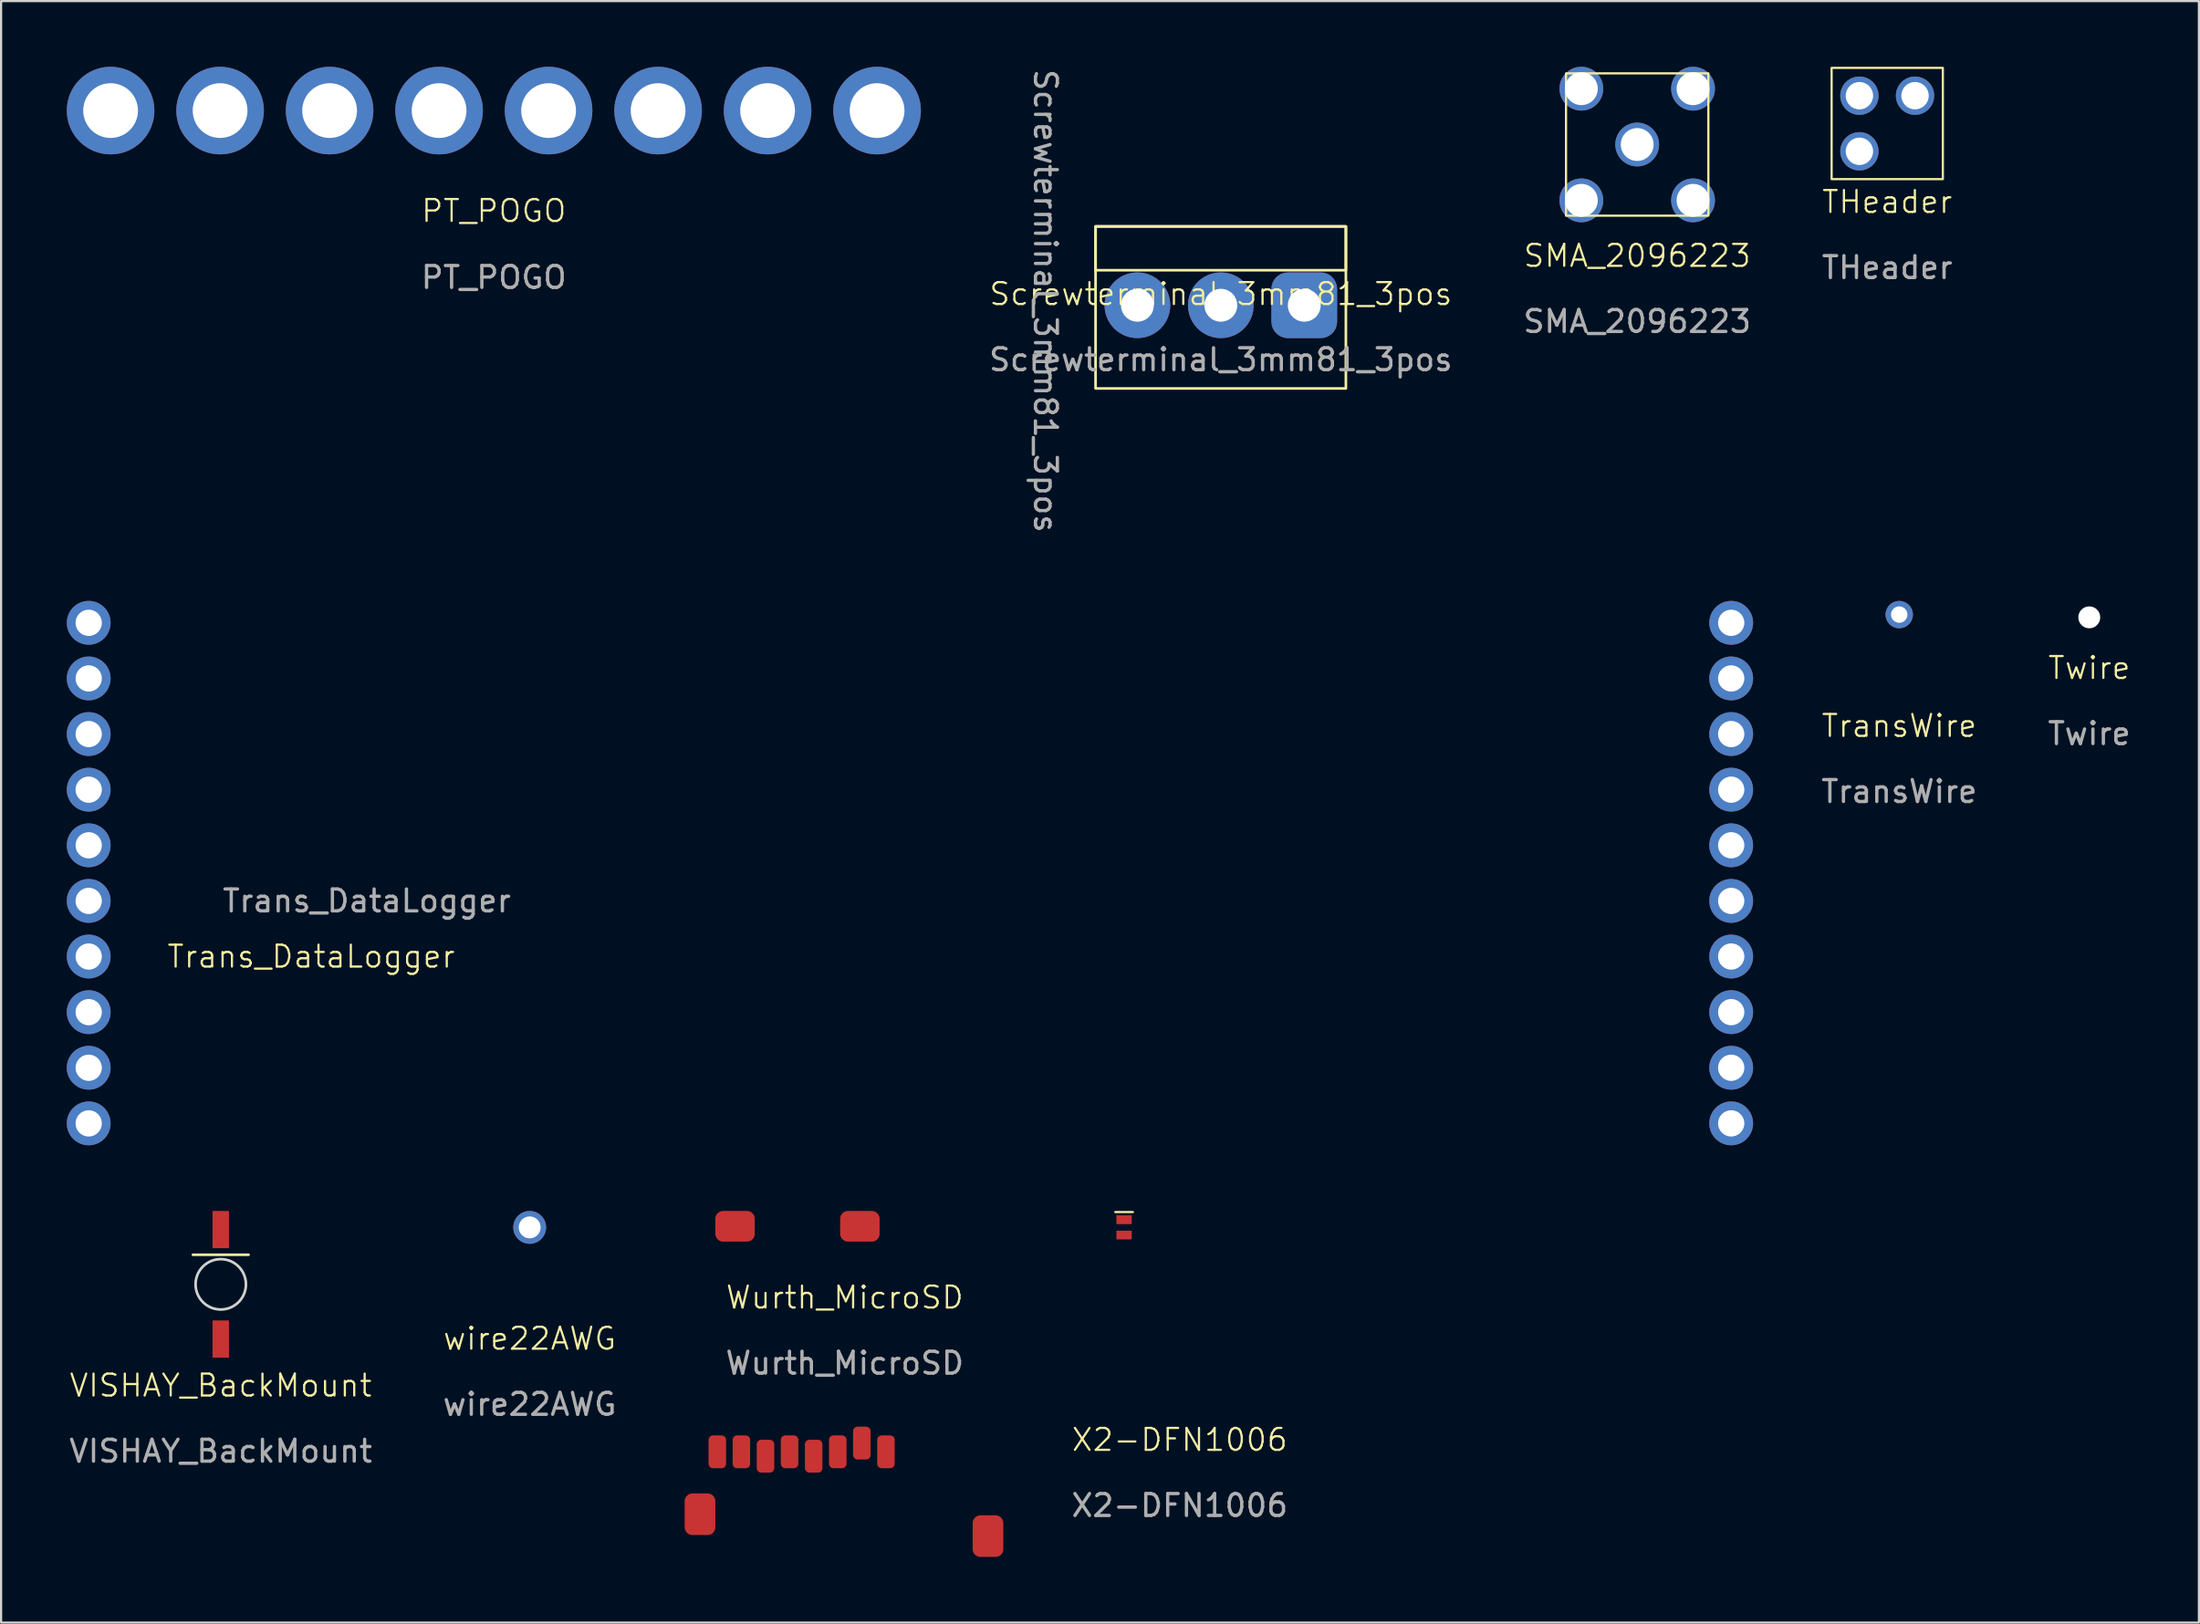
<source format=kicad_pcb>
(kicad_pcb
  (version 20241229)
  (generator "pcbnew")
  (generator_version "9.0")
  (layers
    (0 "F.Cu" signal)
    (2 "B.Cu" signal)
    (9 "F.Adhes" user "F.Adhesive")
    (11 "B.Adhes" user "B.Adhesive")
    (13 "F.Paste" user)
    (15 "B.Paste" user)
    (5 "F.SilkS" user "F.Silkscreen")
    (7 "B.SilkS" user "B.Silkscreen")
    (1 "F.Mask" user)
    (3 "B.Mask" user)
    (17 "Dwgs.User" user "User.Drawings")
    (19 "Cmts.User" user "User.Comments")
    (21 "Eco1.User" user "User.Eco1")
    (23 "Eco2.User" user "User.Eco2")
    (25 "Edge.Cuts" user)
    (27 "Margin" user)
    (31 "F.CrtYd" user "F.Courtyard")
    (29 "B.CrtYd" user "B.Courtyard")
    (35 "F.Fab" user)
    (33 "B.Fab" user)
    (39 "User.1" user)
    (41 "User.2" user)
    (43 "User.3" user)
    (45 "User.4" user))
  (footprint "PT_POGO"
    (layer "F.Cu")
    (at 19.5 2)
    (property "Reference" "PT_POGO" (at 0 4.58 0) (unlocked yes) (layer "F.SilkS") (effects (font (size 1 1) (thickness 0.1))))
    (attr through_hole)
    (fp_text user "${REFERENCE}" (at 0 7.62 0) (unlocked yes) (layer "F.Fab") (effects (font (size 1 1) (thickness 0.15))))
    (pad "1" thru_hole circle (at -17.5 0) (size 4 4) (drill 2.5) (layers "*.Cu" "*.Mask"))
    (pad "2" thru_hole circle (at -12.5 0) (size 4 4) (drill 2.5) (layers "*.Cu" "*.Mask"))
    (pad "3" thru_hole circle (at -7.5 0) (size 4 4) (drill 2.5) (layers "*.Cu" "*.Mask"))
    (pad "4" thru_hole circle (at -2.5 0) (size 4 4) (drill 2.5) (layers "*.Cu" "*.Mask"))
    (pad "5" thru_hole circle (at 2.5 0) (size 4 4) (drill 2.5) (layers "*.Cu" "*.Mask"))
    (pad "6" thru_hole circle (at 7.5 0) (size 4 4) (drill 2.5) (layers "*.Cu" "*.Mask"))
    (pad "7" thru_hole circle (at 12.5 0) (size 4 4) (drill 2.5) (layers "*.Cu" "*.Mask"))
    (pad "8" thru_hole circle (at 17.5 0) (size 4 4) (drill 2.5) (layers "*.Cu" "*.Mask")))
  (footprint "VISHAY_BackMount"
    (layer "F.Cu")
    (at 7.03 55.603)
    (property "Reference" "VISHAY_BackMount" (at 0 4.62 0) (unlocked yes) (layer "F.SilkS") (effects (font (size 1 1) (thickness 0.1))))
    (attr smd)
    (fp_line (start -1.27 -1.35) (end 1.27 -1.35) (stroke (width 0.12) (type solid)) (layer "F.SilkS"))
    (fp_circle (center 0 0) (end 1.15 0) (stroke (width 0.12) (type solid)) (fill no) (layer "Edge.Cuts"))
    (fp_text user "${REFERENCE}" (at 0 7.62 0) (unlocked yes) (layer "F.Fab") (effects (font (size 1 1) (thickness 0.15))))
    (pad "1" smd rect (at 0 -2.5) (size 0.75 1.7) (layers "F.Cu" "F.Mask" "F.Paste"))
    (pad "2" smd rect (at 0 2.5) (size 0.75 1.7) (layers "F.Cu" "F.Mask" "F.Paste")))
  (footprint "X2-DFN1006"
    (layer "F.Cu")
    (at 48.278 53.003)
    (property "Reference" "X2-DFN1006" (at 2.54 9.7 0) (unlocked yes) (layer "F.SilkS") (effects (font (size 1 1) (thickness 0.1))))
    (attr smd)
    (fp_line (start -0.4 -0.7) (end 0.4 -0.7) (stroke (width 0.1) (type default)) (layer "F.SilkS"))
    (fp_text user "${REFERENCE}" (at 2.54 12.7 0) (unlocked yes) (layer "F.Fab") (effects (font (size 1 1) (thickness 0.15))))
    (pad "1" smd rect (at 0 -0.35) (size 0.7 0.4) (layers "F.Cu" "F.Mask" "F.Paste"))
    (pad "2" smd rect (at 0 0.35) (size 0.7 0.4) (layers "F.Cu" "F.Mask" "F.Paste")))
  (footprint "Wurth_MicroSD"
    (layer "F.Cu")
    (at 34.444 59.333)
    (property "Reference" "Wurth_MicroSD" (at 1.08 -3.13 0) (unlocked yes) (layer "F.SilkS") (effects (font (size 1 1) (thickness 0.1))))
    (attr smd)
    (fp_text user "${REFERENCE}" (at 1.08 -0.13 0) (unlocked yes) (layer "F.Fab") (effects (font (size 1 1) (thickness 0.15))))
    (pad "1" smd roundrect (at 2.96 3.92) (size 0.8 1.5) (layers "F.Cu" "F.Mask" "F.Paste") (roundrect_rratio 0.25))
    (pad "2" smd roundrect (at 1.86 3.52) (size 0.8 1.5) (layers "F.Cu" "F.Mask" "F.Paste") (roundrect_rratio 0.25))
    (pad "3" smd roundrect (at 0.76 3.92) (size 0.8 1.5) (layers "F.Cu" "F.Mask" "F.Paste") (roundrect_rratio 0.25))
    (pad "4" smd roundrect (at -0.34 4.12) (size 0.8 1.5) (layers "F.Cu" "F.Mask" "F.Paste") (roundrect_rratio 0.25))
    (pad "5" smd roundrect (at -1.44 3.92) (size 0.8 1.5) (layers "F.Cu" "F.Mask" "F.Paste") (roundrect_rratio 0.25))
    (pad "6" smd roundrect (at -2.54 4.12) (size 0.8 1.5) (layers "F.Cu" "F.Mask" "F.Paste") (roundrect_rratio 0.25))
    (pad "7" smd roundrect (at -3.64 3.92) (size 0.8 1.5) (layers "F.Cu" "F.Mask" "F.Paste") (roundrect_rratio 0.25))
    (pad "8" smd roundrect (at -4.74 3.92) (size 0.8 1.5) (layers "F.Cu" "F.Mask" "F.Paste") (roundrect_rratio 0.25))
    (pad "9" smd roundrect (at -5.53 6.77) (size 1.4 1.9) (layers "F.Cu" "F.Mask" "F.Paste") (roundrect_rratio 0.25))
    (pad "9" smd roundrect (at 7.62 7.77) (size 1.4 1.9) (layers "F.Cu" "F.Mask" "F.Paste") (roundrect_rratio 0.25))
    (pad "10" smd roundrect (at -3.93 -6.38) (size 1.8 1.4) (layers "F.Cu" "F.Mask" "F.Paste") (roundrect_rratio 0.25))
    (pad "10" smd roundrect (at 1.77 -6.38) (size 1.8 1.4) (layers "F.Cu" "F.Mask" "F.Paste") (roundrect_rratio 0.25)))
  (footprint "Twire"
    (layer "F.Cu")
    (at 92.351 25.143)
    (property "Reference" "Twire" (at 0 2.31 0) (unlocked yes) (layer "F.SilkS") (effects (font (size 1 1) (thickness 0.1))))
    (attr through_hole)
    (fp_text user "${REFERENCE}" (at 0 5.31 0) (unlocked yes) (layer "F.Fab") (effects (font (size 1 1) (thickness 0.15))))
    (pad "1" thru_hole circle (at 0 0) (size 1.5 1.5) (drill 1) (layers "*.Cu" "*.Mask") (remove_unused_layers yes) (zone_layer_connections)))
  (footprint "wire22AWG"
    (layer "F.Cu")
    (at 21.137 53.003)
    (property "Reference" "wire22AWG" (at 0 5.08 0) (unlocked yes) (layer "F.SilkS") (effects (font (size 1 1) (thickness 0.1))))
    (attr through_hole)
    (fp_text user "${REFERENCE}" (at 0 8.08 0) (unlocked yes) (layer "F.Fab") (effects (font (size 1 1) (thickness 0.15))))
    (pad "1" thru_hole circle (at 0 0) (size 1.5 1.5) (drill 1) (layers "*.Cu" "*.Mask")))
  (footprint "SMA_2096223"
    (layer "F.Cu")
    (at 71.708 3.55)
    (property "Reference" "SMA_2096223" (at 0 5.08 0) (unlocked yes) (layer "F.SilkS") (effects (font (size 1 1) (thickness 0.1))))
    (attr through_hole)
    (fp_rect (start -3.25 -3.25) (end 3.25 3.25) (stroke (width 0.1) (type default)) (fill no) (layer "F.SilkS"))
    (fp_text user "${REFERENCE}" (at 0 8.08 0) (unlocked yes) (layer "F.Fab") (effects (font (size 1 1) (thickness 0.15))))
    (pad "1" thru_hole circle (at 0 0) (size 2 2) (drill 1.5) (layers "*.Cu" "*.Mask"))
    (pad "2" thru_hole circle (at -2.55 -2.55) (size 2 2) (drill 1.5) (layers "*.Cu" "*.Mask"))
    (pad "2" thru_hole circle (at -2.55 2.55) (size 2 2) (drill 1.5) (layers "*.Cu" "*.Mask"))
    (pad "2" thru_hole circle (at 2.55 -2.55) (size 2 2) (drill 1.5) (layers "*.Cu" "*.Mask"))
    (pad "2" thru_hole circle (at 2.55 2.55) (size 2 2) (drill 1.5) (layers "*.Cu" "*.Mask")))
  (footprint "Screwterminal_3mm81_3pos"
    (layer "F.Cu")
    (at 52.696 10.876)
    (property "Reference" "Screwterminal_3mm81_3pos" (at 0 -0.5 0) (unlocked yes) (layer "F.SilkS") (effects (font (size 1 1) (thickness 0.1))))
    (attr through_hole)
    (fp_rect (start 5.71 -3.585) (end -5.72 -1.585) (stroke (width 0.12) (type solid)) (fill no) (layer "F.SilkS"))
    (fp_rect (start 5.71 -3.585) (end -5.72 3.815) (stroke (width 0.12) (type solid)) (fill no) (layer "F.SilkS"))
    (fp_text user "${REFERENCE}" (at -8.01 -0.18 270) (unlocked yes) (layer "F.Fab") (effects (font (size 1 1) (thickness 0.15))))
    (fp_text user "${REFERENCE}" (at 0 2.5 0) (unlocked yes) (layer "F.Fab") (effects (font (size 1 1) (thickness 0.15))))
    (pad "1" thru_hole roundrect (at 3.81 0.015 180) (size 3 3) (drill 1.5) (layers "*.Cu" "*.Mask") (roundrect_rratio 0.25))
    (pad "2" thru_hole circle (at 0 0.015 180) (size 3 3) (drill 1.5) (layers "*.Cu" "*.Mask"))
    (pad "3" thru_hole circle (at -3.81 0.015 180) (size 3 3) (drill 1.5) (layers "*.Cu" "*.Mask")))
  (footprint "THeader"
    (layer "F.Cu")
    (at 83.125 2.59)
    (property "Reference" "THeader" (at 0 3.58 0) (unlocked yes) (layer "F.SilkS") (effects (font (size 1 1) (thickness 0.1))))
    (attr through_hole)
    (fp_rect (start -2.54 -2.54) (end 2.54 2.54) (stroke (width 0.1) (type default)) (fill no) (layer "F.SilkS"))
    (fp_text user "${REFERENCE}" (at 0 6.58 0) (unlocked yes) (layer "F.Fab") (effects (font (size 1 1) (thickness 0.15))))
    (pad "1" thru_hole circle (at 1.27 -1.27) (size 1.75 1.75) (drill 1.25) (layers "*.Cu" "*.Mask"))
    (pad "2" thru_hole circle (at -1.27 -1.27) (size 1.75 1.75) (drill 1.25) (layers "*.Cu" "*.Mask"))
    (pad "3" thru_hole circle (at -1.27 1.27) (size 1.75 1.75) (drill 1.25) (layers "*.Cu" "*.Mask")))
  (footprint "TransWire"
    (layer "F.Cu")
    (at 83.673 25.018)
    (property "Reference" "TransWire" (at 0 5.08 0) (unlocked yes) (layer "F.SilkS") (effects (font (size 1 1) (thickness 0.1))))
    (attr through_hole)
    (fp_text user "${REFERENCE}" (at 0 8.08 0) (unlocked yes) (layer "F.Fab") (effects (font (size 1 1) (thickness 0.15))))
    (pad "1" thru_hole circle (at 0 0) (size 1.25 1.25) (drill 0.75) (layers "*.Cu" "*.Mask")))
  (footprint "Trans_DataLogger"
    (layer "F.Cu")
    (at 38.5 36.823)
    (property "Reference" "Trans_DataLogger" (at -27.34 3.81 0) (unlocked yes) (layer "F.SilkS") (effects (font (size 1 1) (thickness 0.1))))
    (attr through_hole)
    (fp_text user "${REFERENCE}" (at -24.8 1.27 0) (unlocked yes) (layer "F.Fab") (effects (font (size 1 1) (thickness 0.15))))
    (pad "1" thru_hole circle (at -37.5 -11.43) (size 2 2) (drill 1.2) (layers "*.Cu" "*.Mask"))
    (pad "2" thru_hole circle (at -37.5 -8.89) (size 2 2) (drill 1.2) (layers "*.Cu" "*.Mask"))
    (pad "3" thru_hole circle (at -37.5 -6.35) (size 2 2) (drill 1.2) (layers "*.Cu" "*.Mask"))
    (pad "4" thru_hole circle (at -37.5 -3.81) (size 2 2) (drill 1.2) (layers "*.Cu" "*.Mask"))
    (pad "5" thru_hole circle (at -37.5 -1.27) (size 2 2) (drill 1.2) (layers "*.Cu" "*.Mask"))
    (pad "6" thru_hole circle (at -37.5 1.27) (size 2 2) (drill 1.2) (layers "*.Cu" "*.Mask"))
    (pad "7" thru_hole circle (at -37.5 3.81) (size 2 2) (drill 1.2) (layers "*.Cu" "*.Mask"))
    (pad "8" thru_hole circle (at -37.5 6.35) (size 2 2) (drill 1.2) (layers "*.Cu" "*.Mask"))
    (pad "9" thru_hole circle (at -37.5 8.89) (size 2 2) (drill 1.2) (layers "*.Cu" "*.Mask"))
    (pad "10" thru_hole circle (at -37.5 11.43) (size 2 2) (drill 1.2) (layers "*.Cu" "*.Mask"))
    (pad "11" thru_hole circle (at 37.5 11.43) (size 2 2) (drill 1.2) (layers "*.Cu" "*.Mask"))
    (pad "12" thru_hole circle (at 37.5 8.89) (size 2 2) (drill 1.2) (layers "*.Cu" "*.Mask"))
    (pad "13" thru_hole circle (at 37.5 6.35) (size 2 2) (drill 1.2) (layers "*.Cu" "*.Mask"))
    (pad "14" thru_hole circle (at 37.5 3.81) (size 2 2) (drill 1.2) (layers "*.Cu" "*.Mask"))
    (pad "15" thru_hole circle (at 37.5 1.27) (size 2 2) (drill 1.2) (layers "*.Cu" "*.Mask"))
    (pad "16" thru_hole circle (at 37.5 -1.27) (size 2 2) (drill 1.2) (layers "*.Cu" "*.Mask"))
    (pad "17" thru_hole circle (at 37.5 -3.81) (size 2 2) (drill 1.2) (layers "*.Cu" "*.Mask"))
    (pad "18" thru_hole circle (at 37.5 -6.35) (size 2 2) (drill 1.2) (layers "*.Cu" "*.Mask"))
    (pad "19" thru_hole circle (at 37.5 -8.89) (size 2 2) (drill 1.2) (layers "*.Cu" "*.Mask"))
    (pad "20" thru_hole circle (at 37.5 -11.43) (size 2 2) (drill 1.2) (layers "*.Cu" "*.Mask")))
  (gr_rect
    (start -3 -3)
    (end 97.357 71.053)
    (stroke (width 0.1) (type default))
    (fill no)
    (layer "Edge.Cuts")))
</source>
